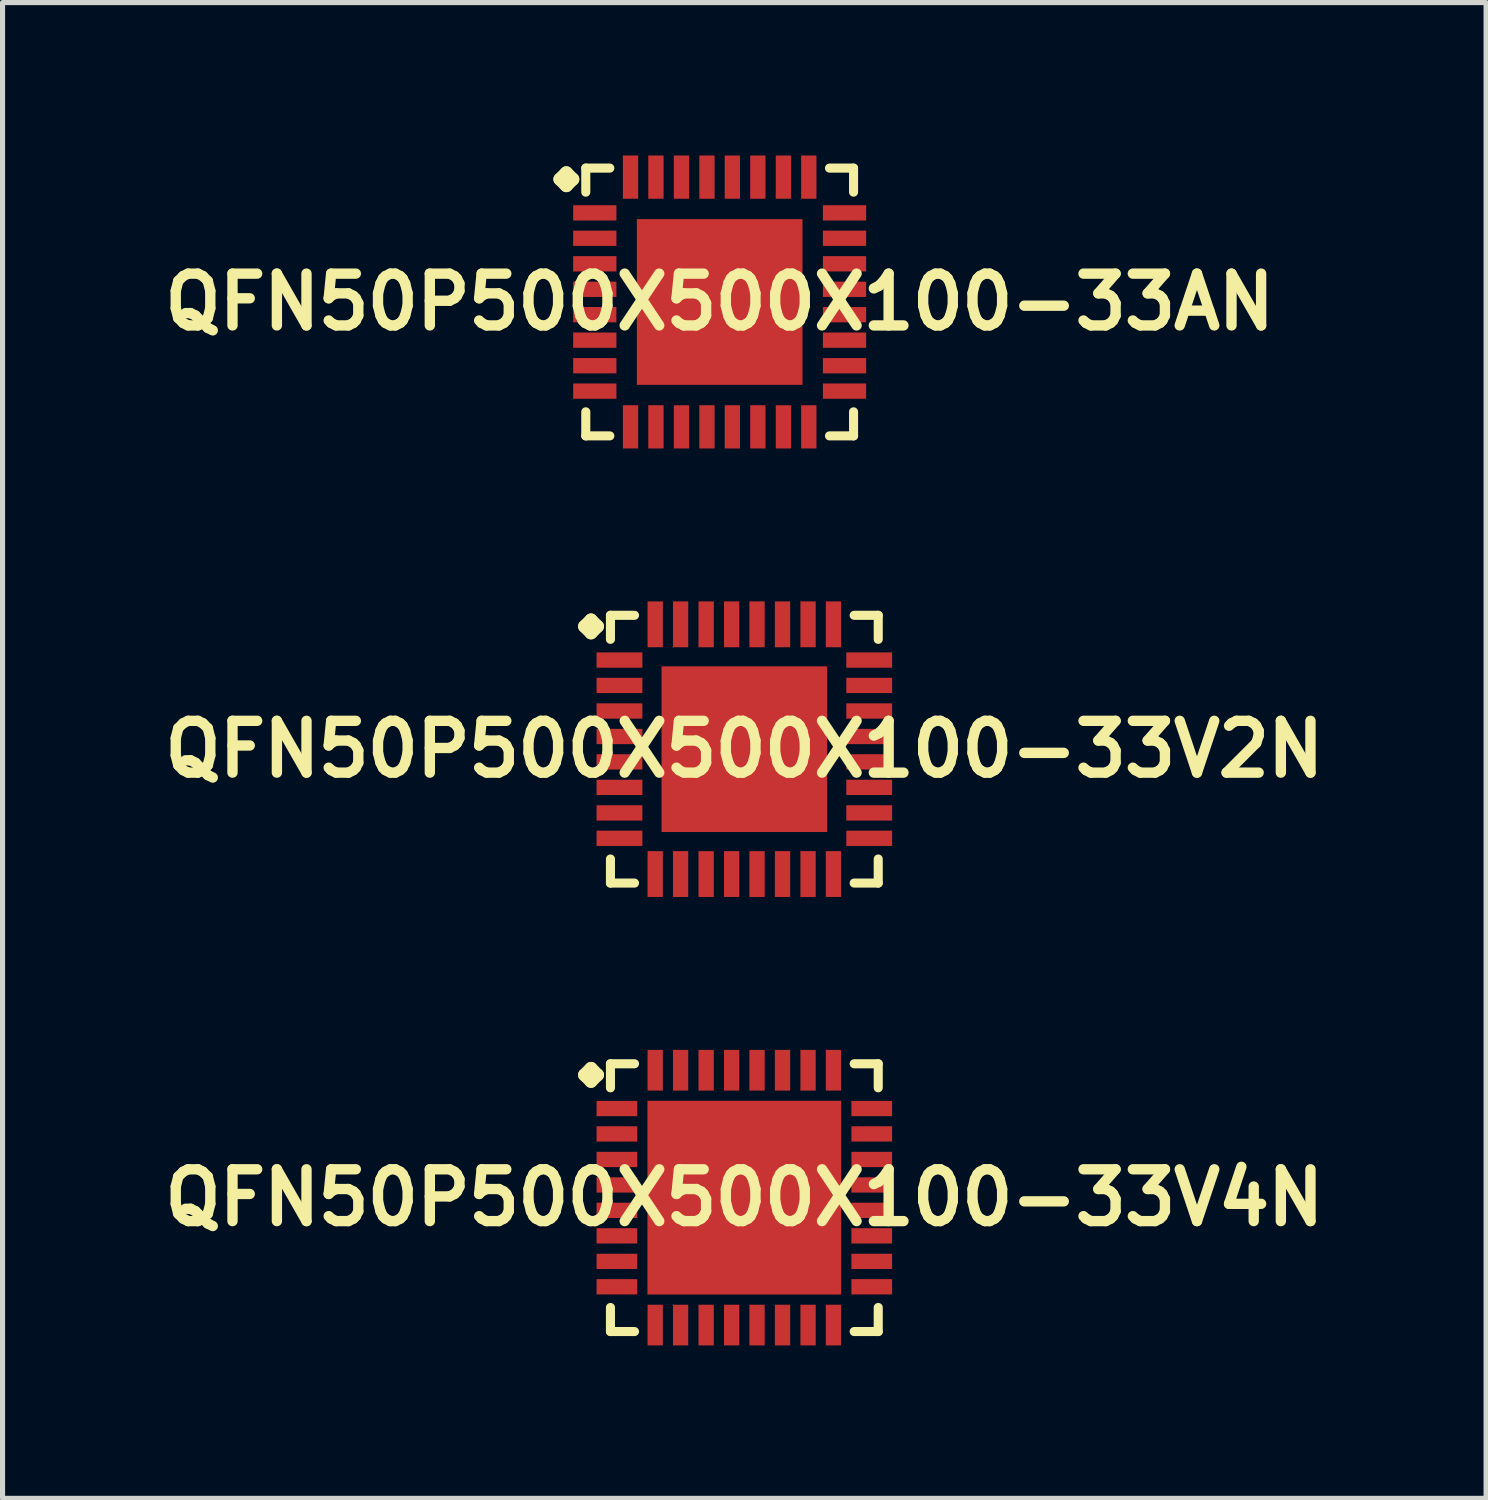
<source format=kicad_pcb>
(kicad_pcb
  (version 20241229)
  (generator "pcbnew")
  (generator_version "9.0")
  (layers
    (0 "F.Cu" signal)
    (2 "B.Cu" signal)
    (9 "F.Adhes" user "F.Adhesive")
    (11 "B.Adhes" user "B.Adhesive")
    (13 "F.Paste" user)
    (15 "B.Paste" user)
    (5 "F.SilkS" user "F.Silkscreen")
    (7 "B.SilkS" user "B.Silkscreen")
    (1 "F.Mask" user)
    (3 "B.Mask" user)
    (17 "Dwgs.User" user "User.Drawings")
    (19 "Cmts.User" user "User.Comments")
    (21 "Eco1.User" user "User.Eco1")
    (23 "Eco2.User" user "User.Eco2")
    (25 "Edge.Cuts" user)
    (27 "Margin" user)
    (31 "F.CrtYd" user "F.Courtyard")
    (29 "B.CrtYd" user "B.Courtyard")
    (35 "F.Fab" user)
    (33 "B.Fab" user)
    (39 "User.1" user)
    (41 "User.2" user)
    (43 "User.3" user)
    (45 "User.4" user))
  (footprint "QFN50P500X500X100-33V4N"
    (layer "F.Cu")
    (at 11.549 20.44)
    (property "Reference" "QFN50P500X500X100-33V4N" (at 0 0 0) (layer "F.SilkS") (effects (font (size 1.016 1.016) (thickness 0.203))))
    (attr smd)
    (fp_line (start -3.134 -2.408) (end -3.007 -2.535) (stroke (width 0.254) (type solid)) (layer "F.SilkS"))
    (fp_line (start -3.007 -2.535) (end -2.88 -2.408) (stroke (width 0.254) (type solid)) (layer "F.SilkS"))
    (fp_line (start -3.007 -2.281) (end -3.134 -2.408) (stroke (width 0.254) (type solid)) (layer "F.SilkS"))
    (fp_line (start -2.88 -2.408) (end -3.007 -2.281) (stroke (width 0.254) (type solid)) (layer "F.SilkS"))
    (fp_line (start -2.626 -2.626) (end -2.154 -2.626) (stroke (width 0.178) (type solid)) (layer "F.SilkS"))
    (fp_line (start -2.626 -2.154) (end -2.626 -2.626) (stroke (width 0.178) (type solid)) (layer "F.SilkS"))
    (fp_line (start -2.626 2.154) (end -2.626 2.626) (stroke (width 0.178) (type solid)) (layer "F.SilkS"))
    (fp_line (start -2.626 2.626) (end -2.154 2.626) (stroke (width 0.178) (type solid)) (layer "F.SilkS"))
    (fp_line (start 2.154 -2.626) (end 2.626 -2.626) (stroke (width 0.178) (type solid)) (layer "F.SilkS"))
    (fp_line (start 2.154 2.626) (end 2.626 2.626) (stroke (width 0.178) (type solid)) (layer "F.SilkS"))
    (fp_line (start 2.626 -2.626) (end 2.626 -2.154) (stroke (width 0.178) (type solid)) (layer "F.SilkS"))
    (fp_line (start 2.626 2.626) (end 2.626 2.154) (stroke (width 0.178) (type solid)) (layer "F.SilkS"))
    (pad "1" smd rect (at -2.499 -1.748) (size 0.798 0.3) (layers "F.Cu" "F.Mask" "F.Paste"))
    (pad "2" smd rect (at -2.499 -1.25) (size 0.798 0.3) (layers "F.Cu" "F.Mask" "F.Paste"))
    (pad "3" smd rect (at -2.499 -0.749) (size 0.798 0.3) (layers "F.Cu" "F.Mask" "F.Paste"))
    (pad "4" smd rect (at -2.499 -0.249) (size 0.798 0.3) (layers "F.Cu" "F.Mask" "F.Paste"))
    (pad "5" smd rect (at -2.499 0.249) (size 0.798 0.3) (layers "F.Cu" "F.Mask" "F.Paste"))
    (pad "6" smd rect (at -2.499 0.749) (size 0.798 0.3) (layers "F.Cu" "F.Mask" "F.Paste"))
    (pad "7" smd rect (at -2.499 1.25) (size 0.798 0.3) (layers "F.Cu" "F.Mask" "F.Paste"))
    (pad "8" smd rect (at -2.499 1.748) (size 0.798 0.3) (layers "F.Cu" "F.Mask" "F.Paste"))
    (pad "9" smd rect (at -1.748 2.499) (size 0.3 0.798) (layers "F.Cu" "F.Mask" "F.Paste"))
    (pad "10" smd rect (at -1.25 2.499) (size 0.3 0.798) (layers "F.Cu" "F.Mask" "F.Paste"))
    (pad "11" smd rect (at -0.749 2.499) (size 0.3 0.798) (layers "F.Cu" "F.Mask" "F.Paste"))
    (pad "12" smd rect (at -0.249 2.499) (size 0.3 0.798) (layers "F.Cu" "F.Mask" "F.Paste"))
    (pad "13" smd rect (at 0.249 2.499) (size 0.3 0.798) (layers "F.Cu" "F.Mask" "F.Paste"))
    (pad "14" smd rect (at 0.749 2.499) (size 0.3 0.798) (layers "F.Cu" "F.Mask" "F.Paste"))
    (pad "15" smd rect (at 1.25 2.499) (size 0.3 0.798) (layers "F.Cu" "F.Mask" "F.Paste"))
    (pad "16" smd rect (at 1.748 2.499) (size 0.3 0.798) (layers "F.Cu" "F.Mask" "F.Paste"))
    (pad "17" smd rect (at 2.499 1.748) (size 0.798 0.3) (layers "F.Cu" "F.Mask" "F.Paste"))
    (pad "18" smd rect (at 2.499 1.25) (size 0.798 0.3) (layers "F.Cu" "F.Mask" "F.Paste"))
    (pad "19" smd rect (at 2.499 0.749) (size 0.798 0.3) (layers "F.Cu" "F.Mask" "F.Paste"))
    (pad "20" smd rect (at 2.499 0.249) (size 0.798 0.3) (layers "F.Cu" "F.Mask" "F.Paste"))
    (pad "21" smd rect (at 2.499 -0.249) (size 0.798 0.3) (layers "F.Cu" "F.Mask" "F.Paste"))
    (pad "22" smd rect (at 2.499 -0.749) (size 0.798 0.3) (layers "F.Cu" "F.Mask" "F.Paste"))
    (pad "23" smd rect (at 2.499 -1.25) (size 0.798 0.3) (layers "F.Cu" "F.Mask" "F.Paste"))
    (pad "24" smd rect (at 2.499 -1.748) (size 0.798 0.3) (layers "F.Cu" "F.Mask" "F.Paste"))
    (pad "25" smd rect (at 1.748 -2.499) (size 0.3 0.798) (layers "F.Cu" "F.Mask" "F.Paste"))
    (pad "26" smd rect (at 1.25 -2.499) (size 0.3 0.798) (layers "F.Cu" "F.Mask" "F.Paste"))
    (pad "27" smd rect (at 0.749 -2.499) (size 0.3 0.798) (layers "F.Cu" "F.Mask" "F.Paste"))
    (pad "28" smd rect (at 0.249 -2.499) (size 0.3 0.798) (layers "F.Cu" "F.Mask" "F.Paste"))
    (pad "29" smd rect (at -0.249 -2.499) (size 0.3 0.798) (layers "F.Cu" "F.Mask" "F.Paste"))
    (pad "30" smd rect (at -0.749 -2.499) (size 0.3 0.798) (layers "F.Cu" "F.Mask" "F.Paste"))
    (pad "31" smd rect (at -1.25 -2.499) (size 0.3 0.798) (layers "F.Cu" "F.Mask" "F.Paste"))
    (pad "32" smd rect (at -1.748 -2.499) (size 0.3 0.798) (layers "F.Cu" "F.Mask" "F.Paste"))
    (pad "33" smd rect (at 0 0) (size 3.8 3.8) (layers "F.Cu" "F.Mask" "F.Paste")))
  (footprint "QFN50P500X500X100-33AN"
    (layer "F.Cu")
    (at 11.065 2.873)
    (property "Reference" "QFN50P500X500X100-33AN" (at 0 0 0) (layer "F.SilkS") (effects (font (size 1.016 1.016) (thickness 0.203))))
    (attr smd)
    (fp_line (start -3.134 -2.408) (end -3.007 -2.535) (stroke (width 0.254) (type solid)) (layer "F.SilkS"))
    (fp_line (start -3.007 -2.535) (end -2.88 -2.408) (stroke (width 0.254) (type solid)) (layer "F.SilkS"))
    (fp_line (start -3.007 -2.281) (end -3.134 -2.408) (stroke (width 0.254) (type solid)) (layer "F.SilkS"))
    (fp_line (start -2.88 -2.408) (end -3.007 -2.281) (stroke (width 0.254) (type solid)) (layer "F.SilkS"))
    (fp_line (start -2.626 -2.626) (end -2.154 -2.626) (stroke (width 0.178) (type solid)) (layer "F.SilkS"))
    (fp_line (start -2.626 -2.154) (end -2.626 -2.626) (stroke (width 0.178) (type solid)) (layer "F.SilkS"))
    (fp_line (start -2.626 2.154) (end -2.626 2.626) (stroke (width 0.178) (type solid)) (layer "F.SilkS"))
    (fp_line (start -2.626 2.626) (end -2.154 2.626) (stroke (width 0.178) (type solid)) (layer "F.SilkS"))
    (fp_line (start 2.154 -2.626) (end 2.626 -2.626) (stroke (width 0.178) (type solid)) (layer "F.SilkS"))
    (fp_line (start 2.154 2.626) (end 2.626 2.626) (stroke (width 0.178) (type solid)) (layer "F.SilkS"))
    (fp_line (start 2.626 -2.626) (end 2.626 -2.154) (stroke (width 0.178) (type solid)) (layer "F.SilkS"))
    (fp_line (start 2.626 2.626) (end 2.626 2.154) (stroke (width 0.178) (type solid)) (layer "F.SilkS"))
    (pad "1" smd rect (at -2.449 -1.748) (size 0.848 0.3) (layers "F.Cu" "F.Mask" "F.Paste"))
    (pad "2" smd rect (at -2.449 -1.25) (size 0.848 0.3) (layers "F.Cu" "F.Mask" "F.Paste"))
    (pad "3" smd rect (at -2.449 -0.749) (size 0.848 0.3) (layers "F.Cu" "F.Mask" "F.Paste"))
    (pad "4" smd rect (at -2.449 -0.249) (size 0.848 0.3) (layers "F.Cu" "F.Mask" "F.Paste"))
    (pad "5" smd rect (at -2.449 0.249) (size 0.848 0.3) (layers "F.Cu" "F.Mask" "F.Paste"))
    (pad "6" smd rect (at -2.449 0.749) (size 0.848 0.3) (layers "F.Cu" "F.Mask" "F.Paste"))
    (pad "7" smd rect (at -2.449 1.25) (size 0.848 0.3) (layers "F.Cu" "F.Mask" "F.Paste"))
    (pad "8" smd rect (at -2.449 1.748) (size 0.848 0.3) (layers "F.Cu" "F.Mask" "F.Paste"))
    (pad "9" smd rect (at -1.748 2.449) (size 0.3 0.848) (layers "F.Cu" "F.Mask" "F.Paste"))
    (pad "10" smd rect (at -1.25 2.449) (size 0.3 0.848) (layers "F.Cu" "F.Mask" "F.Paste"))
    (pad "11" smd rect (at -0.749 2.449) (size 0.3 0.848) (layers "F.Cu" "F.Mask" "F.Paste"))
    (pad "12" smd rect (at -0.249 2.449) (size 0.3 0.848) (layers "F.Cu" "F.Mask" "F.Paste"))
    (pad "13" smd rect (at 0.249 2.449) (size 0.3 0.848) (layers "F.Cu" "F.Mask" "F.Paste"))
    (pad "14" smd rect (at 0.749 2.449) (size 0.3 0.848) (layers "F.Cu" "F.Mask" "F.Paste"))
    (pad "15" smd rect (at 1.25 2.449) (size 0.3 0.848) (layers "F.Cu" "F.Mask" "F.Paste"))
    (pad "16" smd rect (at 1.748 2.449) (size 0.3 0.848) (layers "F.Cu" "F.Mask" "F.Paste"))
    (pad "17" smd rect (at 2.449 1.748) (size 0.848 0.3) (layers "F.Cu" "F.Mask" "F.Paste"))
    (pad "18" smd rect (at 2.449 1.25) (size 0.848 0.3) (layers "F.Cu" "F.Mask" "F.Paste"))
    (pad "19" smd rect (at 2.449 0.749) (size 0.848 0.3) (layers "F.Cu" "F.Mask" "F.Paste"))
    (pad "20" smd rect (at 2.449 0.249) (size 0.848 0.3) (layers "F.Cu" "F.Mask" "F.Paste"))
    (pad "21" smd rect (at 2.449 -0.249) (size 0.848 0.3) (layers "F.Cu" "F.Mask" "F.Paste"))
    (pad "22" smd rect (at 2.449 -0.749) (size 0.848 0.3) (layers "F.Cu" "F.Mask" "F.Paste"))
    (pad "23" smd rect (at 2.449 -1.25) (size 0.848 0.3) (layers "F.Cu" "F.Mask" "F.Paste"))
    (pad "24" smd rect (at 2.449 -1.748) (size 0.848 0.3) (layers "F.Cu" "F.Mask" "F.Paste"))
    (pad "25" smd rect (at 1.748 -2.449) (size 0.3 0.848) (layers "F.Cu" "F.Mask" "F.Paste"))
    (pad "26" smd rect (at 1.25 -2.449) (size 0.3 0.848) (layers "F.Cu" "F.Mask" "F.Paste"))
    (pad "27" smd rect (at 0.749 -2.449) (size 0.3 0.848) (layers "F.Cu" "F.Mask" "F.Paste"))
    (pad "28" smd rect (at 0.249 -2.449) (size 0.3 0.848) (layers "F.Cu" "F.Mask" "F.Paste"))
    (pad "29" smd rect (at -0.249 -2.449) (size 0.3 0.848) (layers "F.Cu" "F.Mask" "F.Paste"))
    (pad "30" smd rect (at -0.749 -2.449) (size 0.3 0.848) (layers "F.Cu" "F.Mask" "F.Paste"))
    (pad "31" smd rect (at -1.25 -2.449) (size 0.3 0.848) (layers "F.Cu" "F.Mask" "F.Paste"))
    (pad "32" smd rect (at -1.748 -2.449) (size 0.3 0.848) (layers "F.Cu" "F.Mask" "F.Paste"))
    (pad "33" smd rect (at 0 0) (size 3.249 3.249) (layers "F.Cu" "F.Mask" "F.Paste")))
  (footprint "QFN50P500X500X100-33V2N"
    (layer "F.Cu")
    (at 11.549 11.644)
    (property "Reference" "QFN50P500X500X100-33V2N" (at 0 0 0) (layer "F.SilkS") (effects (font (size 1.016 1.016) (thickness 0.203))))
    (attr smd)
    (fp_line (start -3.134 -2.408) (end -3.007 -2.535) (stroke (width 0.254) (type solid)) (layer "F.SilkS"))
    (fp_line (start -3.007 -2.535) (end -2.88 -2.408) (stroke (width 0.254) (type solid)) (layer "F.SilkS"))
    (fp_line (start -3.007 -2.281) (end -3.134 -2.408) (stroke (width 0.254) (type solid)) (layer "F.SilkS"))
    (fp_line (start -2.88 -2.408) (end -3.007 -2.281) (stroke (width 0.254) (type solid)) (layer "F.SilkS"))
    (fp_line (start -2.626 -2.626) (end -2.154 -2.626) (stroke (width 0.178) (type solid)) (layer "F.SilkS"))
    (fp_line (start -2.626 -2.154) (end -2.626 -2.626) (stroke (width 0.178) (type solid)) (layer "F.SilkS"))
    (fp_line (start -2.626 2.154) (end -2.626 2.626) (stroke (width 0.178) (type solid)) (layer "F.SilkS"))
    (fp_line (start -2.626 2.626) (end -2.154 2.626) (stroke (width 0.178) (type solid)) (layer "F.SilkS"))
    (fp_line (start 2.154 -2.626) (end 2.626 -2.626) (stroke (width 0.178) (type solid)) (layer "F.SilkS"))
    (fp_line (start 2.154 2.626) (end 2.626 2.626) (stroke (width 0.178) (type solid)) (layer "F.SilkS"))
    (fp_line (start 2.626 -2.626) (end 2.626 -2.154) (stroke (width 0.178) (type solid)) (layer "F.SilkS"))
    (fp_line (start 2.626 2.626) (end 2.626 2.154) (stroke (width 0.178) (type solid)) (layer "F.SilkS"))
    (pad "1" smd rect (at -2.449 -1.748) (size 0.899 0.3) (layers "F.Cu" "F.Mask" "F.Paste"))
    (pad "2" smd rect (at -2.449 -1.25) (size 0.899 0.3) (layers "F.Cu" "F.Mask" "F.Paste"))
    (pad "3" smd rect (at -2.449 -0.749) (size 0.899 0.3) (layers "F.Cu" "F.Mask" "F.Paste"))
    (pad "4" smd rect (at -2.449 -0.249) (size 0.899 0.3) (layers "F.Cu" "F.Mask" "F.Paste"))
    (pad "5" smd rect (at -2.449 0.249) (size 0.899 0.3) (layers "F.Cu" "F.Mask" "F.Paste"))
    (pad "6" smd rect (at -2.449 0.749) (size 0.899 0.3) (layers "F.Cu" "F.Mask" "F.Paste"))
    (pad "7" smd rect (at -2.449 1.25) (size 0.899 0.3) (layers "F.Cu" "F.Mask" "F.Paste"))
    (pad "8" smd rect (at -2.449 1.748) (size 0.899 0.3) (layers "F.Cu" "F.Mask" "F.Paste"))
    (pad "9" smd rect (at -1.748 2.449) (size 0.3 0.899) (layers "F.Cu" "F.Mask" "F.Paste"))
    (pad "10" smd rect (at -1.25 2.449) (size 0.3 0.899) (layers "F.Cu" "F.Mask" "F.Paste"))
    (pad "11" smd rect (at -0.749 2.449) (size 0.3 0.899) (layers "F.Cu" "F.Mask" "F.Paste"))
    (pad "12" smd rect (at -0.249 2.449) (size 0.3 0.899) (layers "F.Cu" "F.Mask" "F.Paste"))
    (pad "13" smd rect (at 0.249 2.449) (size 0.3 0.899) (layers "F.Cu" "F.Mask" "F.Paste"))
    (pad "14" smd rect (at 0.749 2.449) (size 0.3 0.899) (layers "F.Cu" "F.Mask" "F.Paste"))
    (pad "15" smd rect (at 1.25 2.449) (size 0.3 0.899) (layers "F.Cu" "F.Mask" "F.Paste"))
    (pad "16" smd rect (at 1.748 2.449) (size 0.3 0.899) (layers "F.Cu" "F.Mask" "F.Paste"))
    (pad "17" smd rect (at 2.449 1.748) (size 0.899 0.3) (layers "F.Cu" "F.Mask" "F.Paste"))
    (pad "18" smd rect (at 2.449 1.25) (size 0.899 0.3) (layers "F.Cu" "F.Mask" "F.Paste"))
    (pad "19" smd rect (at 2.449 0.749) (size 0.899 0.3) (layers "F.Cu" "F.Mask" "F.Paste"))
    (pad "20" smd rect (at 2.449 0.249) (size 0.899 0.3) (layers "F.Cu" "F.Mask" "F.Paste"))
    (pad "21" smd rect (at 2.449 -0.249) (size 0.899 0.3) (layers "F.Cu" "F.Mask" "F.Paste"))
    (pad "22" smd rect (at 2.449 -0.749) (size 0.899 0.3) (layers "F.Cu" "F.Mask" "F.Paste"))
    (pad "23" smd rect (at 2.449 -1.25) (size 0.899 0.3) (layers "F.Cu" "F.Mask" "F.Paste"))
    (pad "24" smd rect (at 2.449 -1.748) (size 0.899 0.3) (layers "F.Cu" "F.Mask" "F.Paste"))
    (pad "25" smd rect (at 1.748 -2.449) (size 0.3 0.899) (layers "F.Cu" "F.Mask" "F.Paste"))
    (pad "26" smd rect (at 1.25 -2.449) (size 0.3 0.899) (layers "F.Cu" "F.Mask" "F.Paste"))
    (pad "27" smd rect (at 0.749 -2.449) (size 0.3 0.899) (layers "F.Cu" "F.Mask" "F.Paste"))
    (pad "28" smd rect (at 0.249 -2.449) (size 0.3 0.899) (layers "F.Cu" "F.Mask" "F.Paste"))
    (pad "29" smd rect (at -0.249 -2.449) (size 0.3 0.899) (layers "F.Cu" "F.Mask" "F.Paste"))
    (pad "30" smd rect (at -0.749 -2.449) (size 0.3 0.899) (layers "F.Cu" "F.Mask" "F.Paste"))
    (pad "31" smd rect (at -1.25 -2.449) (size 0.3 0.899) (layers "F.Cu" "F.Mask" "F.Paste"))
    (pad "32" smd rect (at -1.748 -2.449) (size 0.3 0.899) (layers "F.Cu" "F.Mask" "F.Paste"))
    (pad "33" smd rect (at 0 0) (size 3.249 3.249) (layers "F.Cu" "F.Mask" "F.Paste")))
  (gr_rect
    (start -3 -3)
    (end 26.097 26.338)
    (stroke (width 0.1) (type default))
    (fill no)
    (layer "Edge.Cuts")))
</source>
